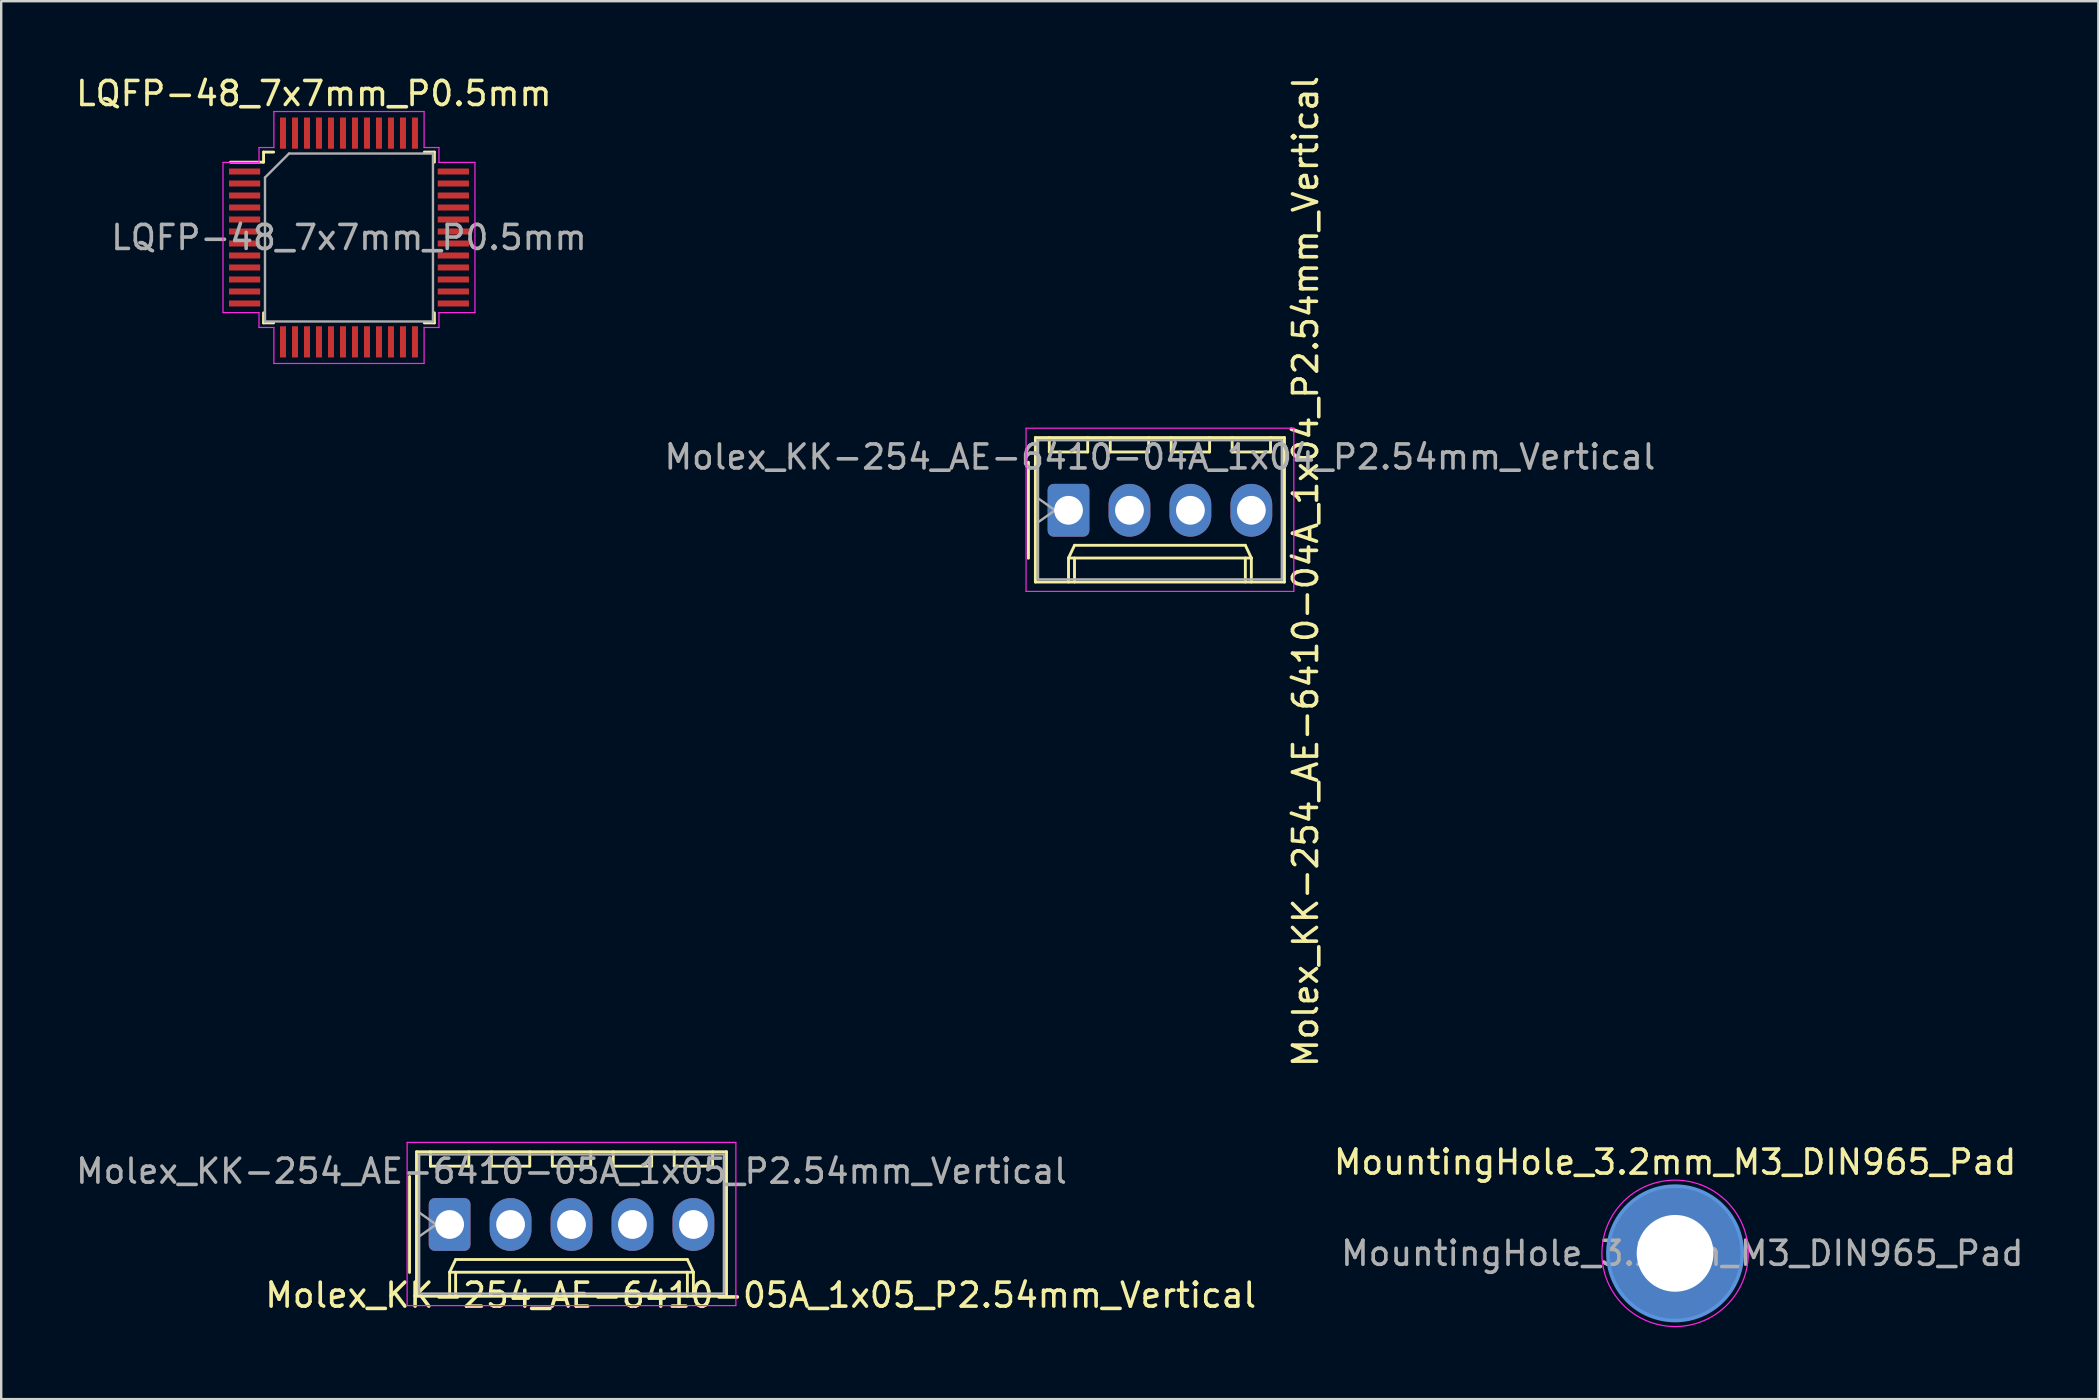
<source format=kicad_pcb>
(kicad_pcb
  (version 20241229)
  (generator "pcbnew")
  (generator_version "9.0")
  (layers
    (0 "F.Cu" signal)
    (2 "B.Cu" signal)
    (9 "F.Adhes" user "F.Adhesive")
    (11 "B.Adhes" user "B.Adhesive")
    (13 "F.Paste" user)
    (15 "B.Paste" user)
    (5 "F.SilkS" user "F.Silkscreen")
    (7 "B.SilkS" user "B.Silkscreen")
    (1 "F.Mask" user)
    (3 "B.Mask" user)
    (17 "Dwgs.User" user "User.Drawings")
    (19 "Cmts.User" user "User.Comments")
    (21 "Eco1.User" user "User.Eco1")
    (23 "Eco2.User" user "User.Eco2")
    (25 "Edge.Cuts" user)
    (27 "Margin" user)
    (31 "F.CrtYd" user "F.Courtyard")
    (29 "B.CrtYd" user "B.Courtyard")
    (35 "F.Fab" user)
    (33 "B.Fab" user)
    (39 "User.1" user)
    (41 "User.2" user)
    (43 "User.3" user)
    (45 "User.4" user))
  (footprint "Molex_KK-254_AE-6410-04A_1x04_P2.54mm_Vertical"
    (layer "F.Cu")
    (at 41.481 18.216)
    (property "Reference" "Molex_KK-254_AE-6410-04A_1x04_P2.54mm_Vertical" (at 9.88 2.552 270) (layer "F.SilkS") (effects (font (size 1 1) (thickness 0.15))))
    (attr through_hole)
    (fp_line (start -1.67 -2) (end -1.67 2) (stroke (width 0.12) (type solid)) (layer "F.SilkS"))
    (fp_line (start -1.38 -3.03) (end -1.38 2.99) (stroke (width 0.12) (type solid)) (layer "F.SilkS"))
    (fp_line (start -1.38 2.99) (end 9 2.99) (stroke (width 0.12) (type solid)) (layer "F.SilkS"))
    (fp_line (start -0.8 -3.03) (end -0.8 -2.43) (stroke (width 0.12) (type solid)) (layer "F.SilkS"))
    (fp_line (start -0.8 -2.43) (end 0.8 -2.43) (stroke (width 0.12) (type solid)) (layer "F.SilkS"))
    (fp_line (start 0 1.99) (end 0.25 1.46) (stroke (width 0.12) (type solid)) (layer "F.SilkS"))
    (fp_line (start 0 1.99) (end 7.62 1.99) (stroke (width 0.12) (type solid)) (layer "F.SilkS"))
    (fp_line (start 0 2.99) (end 0 1.99) (stroke (width 0.12) (type solid)) (layer "F.SilkS"))
    (fp_line (start 0.25 1.46) (end 7.37 1.46) (stroke (width 0.12) (type solid)) (layer "F.SilkS"))
    (fp_line (start 0.25 2.99) (end 0.25 1.99) (stroke (width 0.12) (type solid)) (layer "F.SilkS"))
    (fp_line (start 0.8 -2.43) (end 0.8 -3.03) (stroke (width 0.12) (type solid)) (layer "F.SilkS"))
    (fp_line (start 1.74 -3.03) (end 1.74 -2.43) (stroke (width 0.12) (type solid)) (layer "F.SilkS"))
    (fp_line (start 1.74 -2.43) (end 3.34 -2.43) (stroke (width 0.12) (type solid)) (layer "F.SilkS"))
    (fp_line (start 3.34 -2.43) (end 3.34 -3.03) (stroke (width 0.12) (type solid)) (layer "F.SilkS"))
    (fp_line (start 4.28 -3.03) (end 4.28 -2.43) (stroke (width 0.12) (type solid)) (layer "F.SilkS"))
    (fp_line (start 4.28 -2.43) (end 5.88 -2.43) (stroke (width 0.12) (type solid)) (layer "F.SilkS"))
    (fp_line (start 5.88 -2.43) (end 5.88 -3.03) (stroke (width 0.12) (type solid)) (layer "F.SilkS"))
    (fp_line (start 6.82 -3.03) (end 6.82 -2.43) (stroke (width 0.12) (type solid)) (layer "F.SilkS"))
    (fp_line (start 6.82 -2.43) (end 8.42 -2.43) (stroke (width 0.12) (type solid)) (layer "F.SilkS"))
    (fp_line (start 7.37 1.46) (end 7.62 1.99) (stroke (width 0.12) (type solid)) (layer "F.SilkS"))
    (fp_line (start 7.37 2.99) (end 7.37 1.99) (stroke (width 0.12) (type solid)) (layer "F.SilkS"))
    (fp_line (start 7.62 1.99) (end 7.62 2.99) (stroke (width 0.12) (type solid)) (layer "F.SilkS"))
    (fp_line (start 8.42 -2.43) (end 8.42 -3.03) (stroke (width 0.12) (type solid)) (layer "F.SilkS"))
    (fp_line (start 9 -3.03) (end -1.38 -3.03) (stroke (width 0.12) (type solid)) (layer "F.SilkS"))
    (fp_line (start 9 2.99) (end 9 -3.03) (stroke (width 0.12) (type solid)) (layer "F.SilkS"))
    (fp_line (start -1.77 -3.42) (end -1.77 3.38) (stroke (width 0.05) (type solid)) (layer "F.CrtYd"))
    (fp_line (start -1.77 3.38) (end 9.39 3.38) (stroke (width 0.05) (type solid)) (layer "F.CrtYd"))
    (fp_line (start 9.39 -3.42) (end -1.77 -3.42) (stroke (width 0.05) (type solid)) (layer "F.CrtYd"))
    (fp_line (start 9.39 3.38) (end 9.39 -3.42) (stroke (width 0.05) (type solid)) (layer "F.CrtYd"))
    (fp_line (start -1.27 -2.92) (end -1.27 2.88) (stroke (width 0.1) (type solid)) (layer "F.Fab"))
    (fp_line (start -1.27 -0.5) (end -0.563 0) (stroke (width 0.1) (type solid)) (layer "F.Fab"))
    (fp_line (start -1.27 2.88) (end 8.89 2.88) (stroke (width 0.1) (type solid)) (layer "F.Fab"))
    (fp_line (start -0.563 0) (end -1.27 0.5) (stroke (width 0.1) (type solid)) (layer "F.Fab"))
    (fp_line (start 8.89 -2.92) (end -1.27 -2.92) (stroke (width 0.1) (type solid)) (layer "F.Fab"))
    (fp_line (start 8.89 2.88) (end 8.89 -2.92) (stroke (width 0.1) (type solid)) (layer "F.Fab"))
    (fp_text user "${REFERENCE}" (at 3.81 -2.22 0) (layer "F.Fab") (effects (font (size 1 1) (thickness 0.15))))
    (pad "1" thru_hole roundrect (at 0 0) (size 1.74 2.2) (drill 1.2) (layers "*.Cu" "*.Mask") (roundrect_rratio 0.144))
    (pad "2" thru_hole oval (at 2.54 0) (size 1.74 2.2) (drill 1.2) (layers "*.Cu" "*.Mask"))
    (pad "3" thru_hole oval (at 5.08 0) (size 1.74 2.2) (drill 1.2) (layers "*.Cu" "*.Mask"))
    (pad "4" thru_hole oval (at 7.62 0) (size 1.74 2.2) (drill 1.2) (layers "*.Cu" "*.Mask")))
  (footprint "MountingHole_3.2mm_M3_DIN965_Pad"
    (layer "F.Cu")
    (at 66.761 49.184)
    (property "Reference" "MountingHole_3.2mm_M3_DIN965_Pad" (at 0 -3.8 0) (layer "F.SilkS") (effects (font (size 1 1) (thickness 0.15))))
    (attr exclude_from_pos_files exclude_from_bom)
    (fp_circle (center 0 0) (end 2.8 0) (stroke (width 0.15) (type solid)) (fill no) (layer "Cmts.User"))
    (fp_circle (center 0 0) (end 3.05 0) (stroke (width 0.05) (type solid)) (fill no) (layer "F.CrtYd"))
    (fp_text user "${REFERENCE}" (at 0.3 0 0) (layer "F.Fab") (effects (font (size 1 1) (thickness 0.15))))
    (pad "1" thru_hole circle (at 0 0) (size 5.6 5.6) (drill 3.2) (layers "*.Cu" "*.Mask")))
  (footprint "LQFP-48_7x7mm_P0.5mm"
    (layer "F.Cu")
    (at 11.494 6.848)
    (property "Reference" "LQFP-48_7x7mm_P0.5mm" (at -1.464 -6 180) (layer "F.SilkS") (effects (font (size 1 1) (thickness 0.15))))
    (attr smd)
    (fp_line (start -3.56 -3.56) (end -3.56 -3.14) (stroke (width 0.12) (type solid)) (layer "F.SilkS"))
    (fp_line (start -3.56 -3.56) (end -3.14 -3.56) (stroke (width 0.12) (type solid)) (layer "F.SilkS"))
    (fp_line (start -3.56 -3.14) (end -4.94 -3.14) (stroke (width 0.12) (type solid)) (layer "F.SilkS"))
    (fp_line (start -3.56 3.56) (end -3.56 3.14) (stroke (width 0.12) (type solid)) (layer "F.SilkS"))
    (fp_line (start -3.56 3.56) (end -3.14 3.56) (stroke (width 0.12) (type solid)) (layer "F.SilkS"))
    (fp_line (start 3.56 -3.56) (end 3.14 -3.56) (stroke (width 0.12) (type solid)) (layer "F.SilkS"))
    (fp_line (start 3.56 -3.56) (end 3.56 -3.14) (stroke (width 0.12) (type solid)) (layer "F.SilkS"))
    (fp_line (start 3.56 3.56) (end 3.14 3.56) (stroke (width 0.12) (type solid)) (layer "F.SilkS"))
    (fp_line (start 3.56 3.56) (end 3.56 3.14) (stroke (width 0.12) (type solid)) (layer "F.SilkS"))
    (fp_line (start -5.25 -3.13) (end -5.25 3.13) (stroke (width 0.05) (type solid)) (layer "F.CrtYd"))
    (fp_line (start -3.75 -3.13) (end -5.25 -3.13) (stroke (width 0.05) (type solid)) (layer "F.CrtYd"))
    (fp_line (start -3.75 -3.13) (end -3.75 -3.75) (stroke (width 0.05) (type solid)) (layer "F.CrtYd"))
    (fp_line (start -3.75 3.13) (end -5.25 3.13) (stroke (width 0.05) (type solid)) (layer "F.CrtYd"))
    (fp_line (start -3.75 3.13) (end -3.75 3.75) (stroke (width 0.05) (type solid)) (layer "F.CrtYd"))
    (fp_line (start -3.13 -5.25) (end 3.13 -5.25) (stroke (width 0.05) (type solid)) (layer "F.CrtYd"))
    (fp_line (start -3.13 -3.75) (end -3.75 -3.75) (stroke (width 0.05) (type solid)) (layer "F.CrtYd"))
    (fp_line (start -3.13 -3.75) (end -3.13 -5.25) (stroke (width 0.05) (type solid)) (layer "F.CrtYd"))
    (fp_line (start -3.13 3.75) (end -3.75 3.75) (stroke (width 0.05) (type solid)) (layer "F.CrtYd"))
    (fp_line (start -3.13 3.75) (end -3.13 5.25) (stroke (width 0.05) (type solid)) (layer "F.CrtYd"))
    (fp_line (start -3.13 5.25) (end 3.13 5.25) (stroke (width 0.05) (type solid)) (layer "F.CrtYd"))
    (fp_line (start 3.13 -3.75) (end 3.13 -5.25) (stroke (width 0.05) (type solid)) (layer "F.CrtYd"))
    (fp_line (start 3.13 -3.75) (end 3.75 -3.75) (stroke (width 0.05) (type solid)) (layer "F.CrtYd"))
    (fp_line (start 3.13 3.75) (end 3.75 3.75) (stroke (width 0.05) (type solid)) (layer "F.CrtYd"))
    (fp_line (start 3.13 5.25) (end 3.13 3.75) (stroke (width 0.05) (type solid)) (layer "F.CrtYd"))
    (fp_line (start 3.75 -3.13) (end 3.75 -3.75) (stroke (width 0.05) (type solid)) (layer "F.CrtYd"))
    (fp_line (start 3.75 -3.13) (end 5.25 -3.13) (stroke (width 0.05) (type solid)) (layer "F.CrtYd"))
    (fp_line (start 3.75 3.13) (end 3.75 3.75) (stroke (width 0.05) (type solid)) (layer "F.CrtYd"))
    (fp_line (start 3.75 3.13) (end 5.25 3.13) (stroke (width 0.05) (type solid)) (layer "F.CrtYd"))
    (fp_line (start 5.25 -3.13) (end 5.25 3.13) (stroke (width 0.05) (type solid)) (layer "F.CrtYd"))
    (fp_line (start -3.5 -2.5) (end -2.5 -3.5) (stroke (width 0.1) (type solid)) (layer "F.Fab"))
    (fp_line (start -3.5 3.5) (end -3.5 -2.5) (stroke (width 0.1) (type solid)) (layer "F.Fab"))
    (fp_line (start -2.5 -3.5) (end 3.5 -3.5) (stroke (width 0.1) (type solid)) (layer "F.Fab"))
    (fp_line (start 3.5 -3.5) (end 3.5 3.5) (stroke (width 0.1) (type solid)) (layer "F.Fab"))
    (fp_line (start 3.5 3.5) (end -3.5 3.5) (stroke (width 0.1) (type solid)) (layer "F.Fab"))
    (fp_text user "${REFERENCE}" (at 0 0 180) (layer "F.Fab") (effects (font (size 1 1) (thickness 0.15))))
    (pad "1" smd rect (at -4.35 -2.75) (size 1.3 0.25) (layers "F.Cu" "F.Mask" "F.Paste"))
    (pad "2" smd rect (at -4.35 -2.25) (size 1.3 0.25) (layers "F.Cu" "F.Mask" "F.Paste"))
    (pad "3" smd rect (at -4.35 -1.75) (size 1.3 0.25) (layers "F.Cu" "F.Mask" "F.Paste"))
    (pad "4" smd rect (at -4.35 -1.25) (size 1.3 0.25) (layers "F.Cu" "F.Mask" "F.Paste"))
    (pad "5" smd rect (at -4.35 -0.75) (size 1.3 0.25) (layers "F.Cu" "F.Mask" "F.Paste"))
    (pad "6" smd rect (at -4.35 -0.25) (size 1.3 0.25) (layers "F.Cu" "F.Mask" "F.Paste"))
    (pad "7" smd rect (at -4.35 0.25) (size 1.3 0.25) (layers "F.Cu" "F.Mask" "F.Paste"))
    (pad "8" smd rect (at -4.35 0.75) (size 1.3 0.25) (layers "F.Cu" "F.Mask" "F.Paste"))
    (pad "9" smd rect (at -4.35 1.25) (size 1.3 0.25) (layers "F.Cu" "F.Mask" "F.Paste"))
    (pad "10" smd rect (at -4.35 1.75) (size 1.3 0.25) (layers "F.Cu" "F.Mask" "F.Paste"))
    (pad "11" smd rect (at -4.35 2.25) (size 1.3 0.25) (layers "F.Cu" "F.Mask" "F.Paste"))
    (pad "12" smd rect (at -4.35 2.75) (size 1.3 0.25) (layers "F.Cu" "F.Mask" "F.Paste"))
    (pad "13" smd rect (at -2.75 4.35 90) (size 1.3 0.25) (layers "F.Cu" "F.Mask" "F.Paste"))
    (pad "14" smd rect (at -2.25 4.35 90) (size 1.3 0.25) (layers "F.Cu" "F.Mask" "F.Paste"))
    (pad "15" smd rect (at -1.75 4.35 90) (size 1.3 0.25) (layers "F.Cu" "F.Mask" "F.Paste"))
    (pad "16" smd rect (at -1.25 4.35 90) (size 1.3 0.25) (layers "F.Cu" "F.Mask" "F.Paste"))
    (pad "17" smd rect (at -0.75 4.35 90) (size 1.3 0.25) (layers "F.Cu" "F.Mask" "F.Paste"))
    (pad "18" smd rect (at -0.25 4.35 90) (size 1.3 0.25) (layers "F.Cu" "F.Mask" "F.Paste"))
    (pad "19" smd rect (at 0.25 4.35 90) (size 1.3 0.25) (layers "F.Cu" "F.Mask" "F.Paste"))
    (pad "20" smd rect (at 0.75 4.35 90) (size 1.3 0.25) (layers "F.Cu" "F.Mask" "F.Paste"))
    (pad "21" smd rect (at 1.25 4.35 90) (size 1.3 0.25) (layers "F.Cu" "F.Mask" "F.Paste"))
    (pad "22" smd rect (at 1.75 4.35 90) (size 1.3 0.25) (layers "F.Cu" "F.Mask" "F.Paste"))
    (pad "23" smd rect (at 2.25 4.35 90) (size 1.3 0.25) (layers "F.Cu" "F.Mask" "F.Paste"))
    (pad "24" smd rect (at 2.75 4.35 90) (size 1.3 0.25) (layers "F.Cu" "F.Mask" "F.Paste"))
    (pad "25" smd rect (at 4.35 2.75) (size 1.3 0.25) (layers "F.Cu" "F.Mask" "F.Paste"))
    (pad "26" smd rect (at 4.35 2.25) (size 1.3 0.25) (layers "F.Cu" "F.Mask" "F.Paste"))
    (pad "27" smd rect (at 4.35 1.75) (size 1.3 0.25) (layers "F.Cu" "F.Mask" "F.Paste"))
    (pad "28" smd rect (at 4.35 1.25) (size 1.3 0.25) (layers "F.Cu" "F.Mask" "F.Paste"))
    (pad "29" smd rect (at 4.35 0.75) (size 1.3 0.25) (layers "F.Cu" "F.Mask" "F.Paste"))
    (pad "30" smd rect (at 4.35 0.25) (size 1.3 0.25) (layers "F.Cu" "F.Mask" "F.Paste"))
    (pad "31" smd rect (at 4.35 -0.25) (size 1.3 0.25) (layers "F.Cu" "F.Mask" "F.Paste"))
    (pad "32" smd rect (at 4.35 -0.75) (size 1.3 0.25) (layers "F.Cu" "F.Mask" "F.Paste"))
    (pad "33" smd rect (at 4.35 -1.25) (size 1.3 0.25) (layers "F.Cu" "F.Mask" "F.Paste"))
    (pad "34" smd rect (at 4.35 -1.75) (size 1.3 0.25) (layers "F.Cu" "F.Mask" "F.Paste"))
    (pad "35" smd rect (at 4.35 -2.25) (size 1.3 0.25) (layers "F.Cu" "F.Mask" "F.Paste"))
    (pad "36" smd rect (at 4.35 -2.75) (size 1.3 0.25) (layers "F.Cu" "F.Mask" "F.Paste"))
    (pad "37" smd rect (at 2.75 -4.35 90) (size 1.3 0.25) (layers "F.Cu" "F.Mask" "F.Paste"))
    (pad "38" smd rect (at 2.25 -4.35 90) (size 1.3 0.25) (layers "F.Cu" "F.Mask" "F.Paste"))
    (pad "39" smd rect (at 1.75 -4.35 90) (size 1.3 0.25) (layers "F.Cu" "F.Mask" "F.Paste"))
    (pad "40" smd rect (at 1.25 -4.35 90) (size 1.3 0.25) (layers "F.Cu" "F.Mask" "F.Paste"))
    (pad "41" smd rect (at 0.75 -4.35 90) (size 1.3 0.25) (layers "F.Cu" "F.Mask" "F.Paste"))
    (pad "42" smd rect (at 0.25 -4.35 90) (size 1.3 0.25) (layers "F.Cu" "F.Mask" "F.Paste"))
    (pad "43" smd rect (at -0.25 -4.35 90) (size 1.3 0.25) (layers "F.Cu" "F.Mask" "F.Paste"))
    (pad "44" smd rect (at -0.75 -4.35 90) (size 1.3 0.25) (layers "F.Cu" "F.Mask" "F.Paste"))
    (pad "45" smd rect (at -1.25 -4.35 90) (size 1.3 0.25) (layers "F.Cu" "F.Mask" "F.Paste"))
    (pad "46" smd rect (at -1.75 -4.35 90) (size 1.3 0.25) (layers "F.Cu" "F.Mask" "F.Paste"))
    (pad "47" smd rect (at -2.25 -4.35 90) (size 1.3 0.25) (layers "F.Cu" "F.Mask" "F.Paste"))
    (pad "48" smd rect (at -2.75 -4.35 90) (size 1.3 0.25) (layers "F.Cu" "F.Mask" "F.Paste")))
  (footprint "Molex_KK-254_AE-6410-05A_1x05_P2.54mm_Vertical"
    (layer "F.Cu")
    (at 15.688 47.981)
    (property "Reference" "Molex_KK-254_AE-6410-05A_1x05_P2.54mm_Vertical" (at 12.966 2.947 0) (layer "F.SilkS") (effects (font (size 1 1) (thickness 0.15))))
    (attr through_hole)
    (fp_line (start -1.67 -2) (end -1.67 2) (stroke (width 0.12) (type solid)) (layer "F.SilkS"))
    (fp_line (start -1.38 -3.03) (end -1.38 2.99) (stroke (width 0.12) (type solid)) (layer "F.SilkS"))
    (fp_line (start -1.38 2.99) (end 11.54 2.99) (stroke (width 0.12) (type solid)) (layer "F.SilkS"))
    (fp_line (start -0.8 -3.03) (end -0.8 -2.43) (stroke (width 0.12) (type solid)) (layer "F.SilkS"))
    (fp_line (start -0.8 -2.43) (end 0.8 -2.43) (stroke (width 0.12) (type solid)) (layer "F.SilkS"))
    (fp_line (start 0 1.99) (end 0.25 1.46) (stroke (width 0.12) (type solid)) (layer "F.SilkS"))
    (fp_line (start 0 1.99) (end 10.16 1.99) (stroke (width 0.12) (type solid)) (layer "F.SilkS"))
    (fp_line (start 0 2.99) (end 0 1.99) (stroke (width 0.12) (type solid)) (layer "F.SilkS"))
    (fp_line (start 0.25 1.46) (end 9.91 1.46) (stroke (width 0.12) (type solid)) (layer "F.SilkS"))
    (fp_line (start 0.25 2.99) (end 0.25 1.99) (stroke (width 0.12) (type solid)) (layer "F.SilkS"))
    (fp_line (start 0.8 -2.43) (end 0.8 -3.03) (stroke (width 0.12) (type solid)) (layer "F.SilkS"))
    (fp_line (start 1.74 -3.03) (end 1.74 -2.43) (stroke (width 0.12) (type solid)) (layer "F.SilkS"))
    (fp_line (start 1.74 -2.43) (end 3.34 -2.43) (stroke (width 0.12) (type solid)) (layer "F.SilkS"))
    (fp_line (start 3.34 -2.43) (end 3.34 -3.03) (stroke (width 0.12) (type solid)) (layer "F.SilkS"))
    (fp_line (start 4.28 -3.03) (end 4.28 -2.43) (stroke (width 0.12) (type solid)) (layer "F.SilkS"))
    (fp_line (start 4.28 -2.43) (end 5.88 -2.43) (stroke (width 0.12) (type solid)) (layer "F.SilkS"))
    (fp_line (start 5.88 -2.43) (end 5.88 -3.03) (stroke (width 0.12) (type solid)) (layer "F.SilkS"))
    (fp_line (start 6.82 -3.03) (end 6.82 -2.43) (stroke (width 0.12) (type solid)) (layer "F.SilkS"))
    (fp_line (start 6.82 -2.43) (end 8.42 -2.43) (stroke (width 0.12) (type solid)) (layer "F.SilkS"))
    (fp_line (start 8.42 -2.43) (end 8.42 -3.03) (stroke (width 0.12) (type solid)) (layer "F.SilkS"))
    (fp_line (start 9.36 -3.03) (end 9.36 -2.43) (stroke (width 0.12) (type solid)) (layer "F.SilkS"))
    (fp_line (start 9.36 -2.43) (end 10.96 -2.43) (stroke (width 0.12) (type solid)) (layer "F.SilkS"))
    (fp_line (start 9.91 1.46) (end 10.16 1.99) (stroke (width 0.12) (type solid)) (layer "F.SilkS"))
    (fp_line (start 9.91 2.99) (end 9.91 1.99) (stroke (width 0.12) (type solid)) (layer "F.SilkS"))
    (fp_line (start 10.16 1.99) (end 10.16 2.99) (stroke (width 0.12) (type solid)) (layer "F.SilkS"))
    (fp_line (start 10.96 -2.43) (end 10.96 -3.03) (stroke (width 0.12) (type solid)) (layer "F.SilkS"))
    (fp_line (start 11.54 -3.03) (end -1.38 -3.03) (stroke (width 0.12) (type solid)) (layer "F.SilkS"))
    (fp_line (start 11.54 2.99) (end 11.54 -3.03) (stroke (width 0.12) (type solid)) (layer "F.SilkS"))
    (fp_line (start -1.77 -3.42) (end -1.77 3.38) (stroke (width 0.05) (type solid)) (layer "F.CrtYd"))
    (fp_line (start -1.77 3.38) (end 11.93 3.38) (stroke (width 0.05) (type solid)) (layer "F.CrtYd"))
    (fp_line (start 11.93 -3.42) (end -1.77 -3.42) (stroke (width 0.05) (type solid)) (layer "F.CrtYd"))
    (fp_line (start 11.93 3.38) (end 11.93 -3.42) (stroke (width 0.05) (type solid)) (layer "F.CrtYd"))
    (fp_line (start -1.27 -2.92) (end -1.27 2.88) (stroke (width 0.1) (type solid)) (layer "F.Fab"))
    (fp_line (start -1.27 -0.5) (end -0.563 0) (stroke (width 0.1) (type solid)) (layer "F.Fab"))
    (fp_line (start -1.27 2.88) (end 11.43 2.88) (stroke (width 0.1) (type solid)) (layer "F.Fab"))
    (fp_line (start -0.563 0) (end -1.27 0.5) (stroke (width 0.1) (type solid)) (layer "F.Fab"))
    (fp_line (start 11.43 -2.92) (end -1.27 -2.92) (stroke (width 0.1) (type solid)) (layer "F.Fab"))
    (fp_line (start 11.43 2.88) (end 11.43 -2.92) (stroke (width 0.1) (type solid)) (layer "F.Fab"))
    (fp_text user "${REFERENCE}" (at 5.08 -2.22 0) (layer "F.Fab") (effects (font (size 1 1) (thickness 0.15))))
    (pad "1" thru_hole roundrect (at 0 0) (size 1.74 2.2) (drill 1.2) (layers "*.Cu" "*.Mask") (roundrect_rratio 0.144))
    (pad "2" thru_hole oval (at 2.54 0) (size 1.74 2.2) (drill 1.2) (layers "*.Cu" "*.Mask"))
    (pad "3" thru_hole oval (at 5.08 0) (size 1.74 2.2) (drill 1.2) (layers "*.Cu" "*.Mask"))
    (pad "4" thru_hole oval (at 7.62 0) (size 1.74 2.2) (drill 1.2) (layers "*.Cu" "*.Mask"))
    (pad "5" thru_hole oval (at 10.16 0) (size 1.74 2.2) (drill 1.2) (layers "*.Cu" "*.Mask")))
  (gr_rect
    (start -3 -3)
    (end 84.4 55.259)
    (stroke (width 0.1) (type default))
    (fill no)
    (layer "Edge.Cuts")))
</source>
